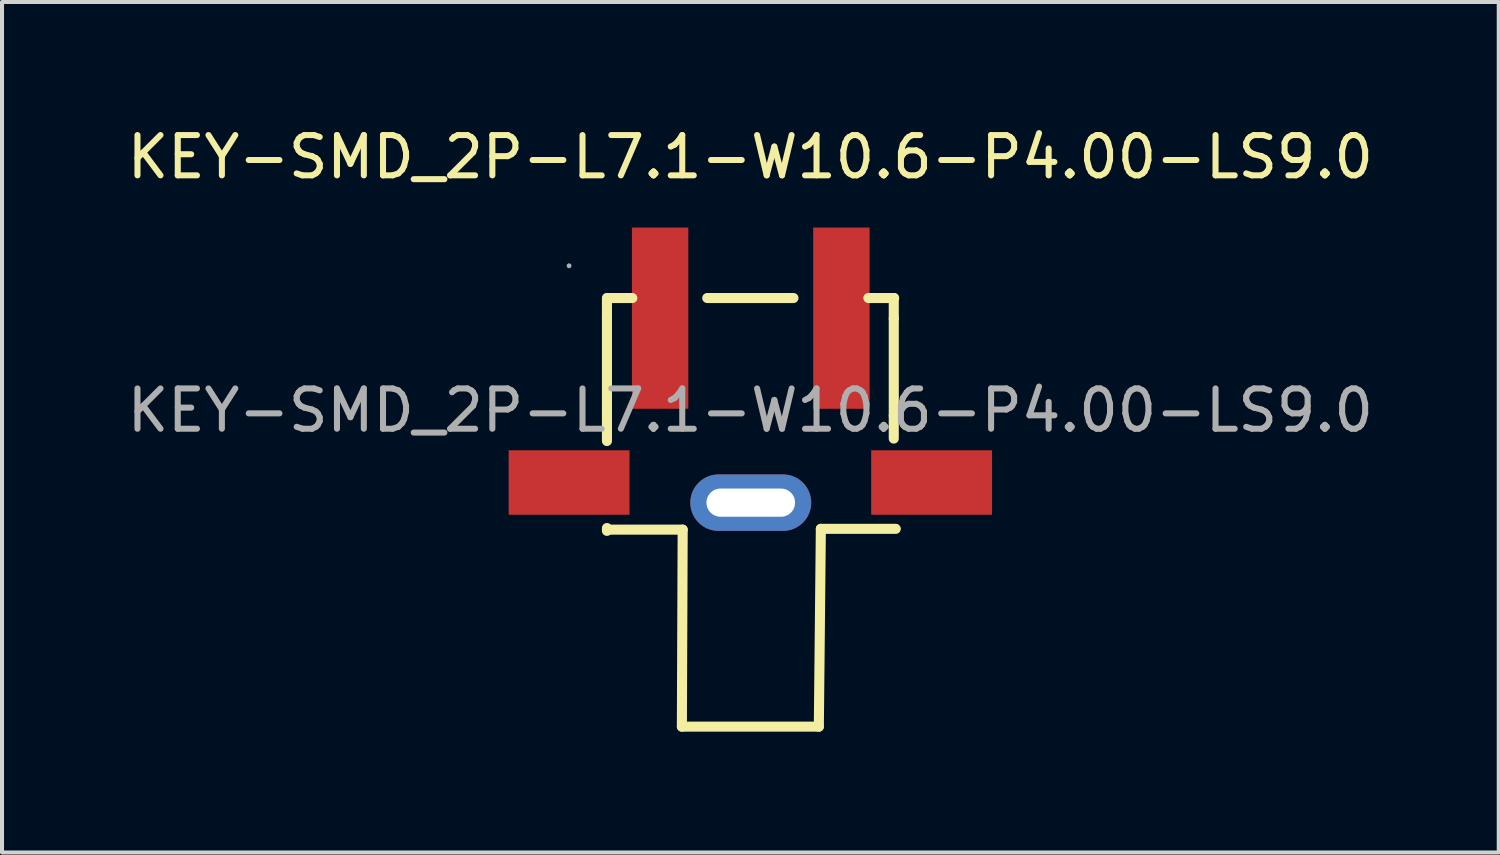
<source format=kicad_pcb>
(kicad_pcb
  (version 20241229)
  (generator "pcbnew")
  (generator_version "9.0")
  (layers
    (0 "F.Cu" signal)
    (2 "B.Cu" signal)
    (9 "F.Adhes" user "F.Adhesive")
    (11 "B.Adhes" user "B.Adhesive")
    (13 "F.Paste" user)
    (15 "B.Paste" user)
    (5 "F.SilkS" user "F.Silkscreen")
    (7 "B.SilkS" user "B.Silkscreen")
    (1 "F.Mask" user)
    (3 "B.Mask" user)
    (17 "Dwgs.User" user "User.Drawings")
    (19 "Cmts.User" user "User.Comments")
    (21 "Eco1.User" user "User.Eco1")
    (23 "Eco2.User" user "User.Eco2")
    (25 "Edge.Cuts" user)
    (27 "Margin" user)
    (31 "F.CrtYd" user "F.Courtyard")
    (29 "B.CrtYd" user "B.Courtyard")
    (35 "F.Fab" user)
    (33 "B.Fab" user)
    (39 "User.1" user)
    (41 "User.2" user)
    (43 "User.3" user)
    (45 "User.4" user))
  (footprint "KEY-SMD_2P-L7.1-W10.6-P4.00-LS9.0"
    (layer "F.Cu")
    (at 15.577 7.138)
    (property "Reference" "KEY-SMD_2P-L7.1-W10.6-P4.00-LS9.0" (at 0 -6.29 0) (layer "F.SilkS") (effects (font (size 1 1) (thickness 0.15))))
    (attr smd)
    (fp_line (start -3.56 -2.28) (end -3.56 -2.79) (stroke (width 0.25) (type solid)) (layer "F.SilkS"))
    (fp_line (start -3.56 -2.28) (end -3.56 0.13) (stroke (width 0.25) (type solid)) (layer "F.SilkS"))
    (fp_line (start -3.56 0.13) (end -3.56 0.76) (stroke (width 0.25) (type solid)) (layer "F.SilkS"))
    (fp_line (start -3.56 2.92) (end -3.56 2.99) (stroke (width 0.25) (type solid)) (layer "F.SilkS"))
    (fp_line (start -3.55 -2.79) (end -2.93 -2.79) (stroke (width 0.25) (type solid)) (layer "F.SilkS"))
    (fp_line (start -1.7 7.85) (end -1.68 2.96) (stroke (width 0.25) (type solid)) (layer "F.SilkS"))
    (fp_line (start -1.7 7.85) (end 1.7 7.85) (stroke (width 0.25) (type solid)) (layer "F.SilkS"))
    (fp_line (start -1.68 2.96) (end -3.56 2.96) (stroke (width 0.25) (type solid)) (layer "F.SilkS"))
    (fp_line (start -1.07 -2.79) (end 1.07 -2.79) (stroke (width 0.25) (type solid)) (layer "F.SilkS"))
    (fp_line (start 1.7 7.85) (end 1.75 2.94) (stroke (width 0.25) (type solid)) (layer "F.SilkS"))
    (fp_line (start 1.75 2.94) (end 3.61 2.94) (stroke (width 0.25) (type solid)) (layer "F.SilkS"))
    (fp_line (start 2.93 -2.79) (end 3.57 -2.79) (stroke (width 0.25) (type solid)) (layer "F.SilkS"))
    (fp_line (start 3.56 -2.28) (end 3.56 -2.79) (stroke (width 0.25) (type solid)) (layer "F.SilkS"))
    (fp_line (start 3.56 -2.28) (end 3.56 0.13) (stroke (width 0.25) (type solid)) (layer "F.SilkS"))
    (fp_line (start 3.56 0.13) (end 3.56 0.7) (stroke (width 0.25) (type solid)) (layer "F.SilkS"))
    (fp_circle (center -4.5 -3.59) (end -4.47 -3.59) (stroke (width 0.06) (type solid)) (fill no) (layer "F.Fab"))
    (fp_text user "${REFERENCE}" (at 0 0 0) (layer "F.Fab") (effects (font (size 1 1) (thickness 0.15))))
    (pad "1" smd rect (at -2.24 -2.29) (size 1.4 4.5) (layers "F.Cu" "F.Mask" "F.Paste"))
    (pad "2" smd rect (at 2.26 -2.29) (size 1.4 4.5) (layers "F.Cu" "F.Mask" "F.Paste"))
    (pad "3" smd rect (at 4.5 1.79) (size 3 1.6) (layers "F.Cu" "F.Mask" "F.Paste"))
    (pad "4" smd rect (at -4.5 1.79) (size 3 1.6) (layers "F.Cu" "F.Mask" "F.Paste"))
    (pad "5" thru_hole oval (at 0.01 2.29) (size 3 1.4) (drill oval 2.2 0.7) (layers "*.Cu" "*.Mask")))
  (gr_rect
    (start -3 -3)
    (end 34.155 18.113)
    (stroke (width 0.1) (type default))
    (fill no)
    (layer "Edge.Cuts")))
</source>
